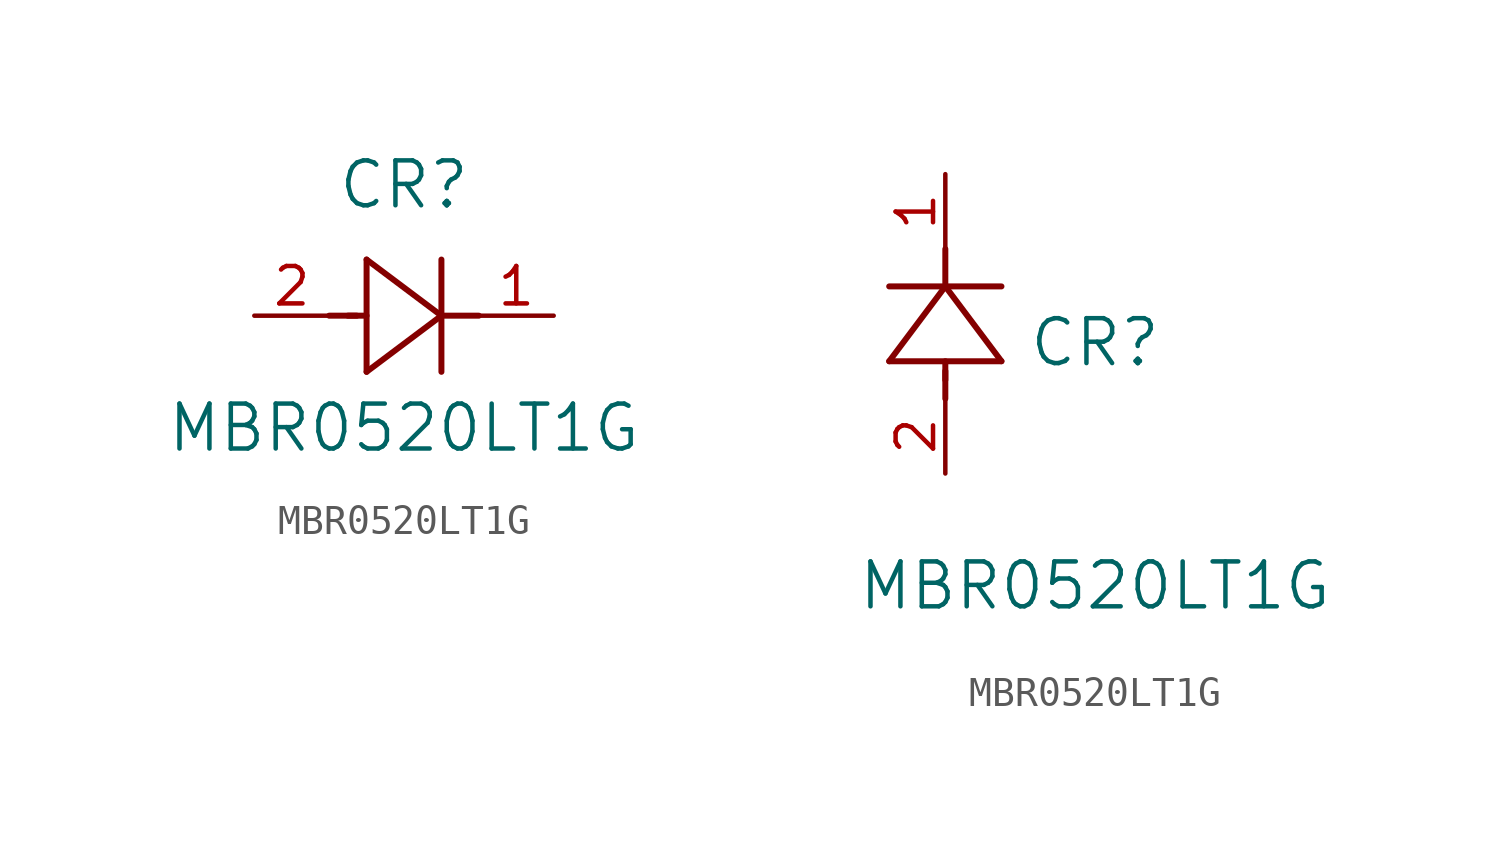
<source format=kicad_sym>
(kicad_symbol_lib
  (version 20211014)
  (generator kicad_symbol_editor)
  (symbol "MBR0520LT1G"
    (pin_names
      (offset 0.254))
    (property "Reference" "CR"
      (at 5.08 4.445 0)
      (effects (font (size 1.524 1.524))))
    (property "Value" "MBR0520LT1G"
      (at 5.08 -3.81 0)
      (effects (font (size 1.524 1.524))))
    (symbol "MBR0520LT1G_1_1"
      (polyline (pts (xy 2.54 0) (xy 3.48 0)) (stroke (width 0.203) (type default) (color 0 0 0 0)) (fill (type none)))
      (polyline (pts (xy 3.81 1.905) (xy 3.81 -1.905)) (stroke (width 0.203) (type default) (color 0 0 0 0)) (fill (type none)))
      (polyline (pts (xy 3.175 0) (xy 3.81 0)) (stroke (width 0.203) (type default) (color 0 0 0 0)) (fill (type none)))
      (polyline (pts (xy 6.35 -1.905) (xy 6.35 1.905)) (stroke (width 0.203) (type default) (color 0 0 0 0)) (fill (type none)))
      (polyline (pts (xy 6.35 0) (xy 7.62 0)) (stroke (width 0.203) (type default) (color 0 0 0 0)) (fill (type none)))
      (polyline (pts (xy 6.35 0) (xy 3.81 1.905)) (stroke (width 0.203) (type default) (color 0 0 0 0)) (fill (type none)))
      (polyline (pts (xy 3.81 -1.905) (xy 6.35 0)) (stroke (width 0.203) (type default) (color 0 0 0 0)) (fill (type none)))
      (pin unspecified line (at 0 0 0) (length 2.54) (name "" (effects (font (size 1.27 1.27)))) (number "2" (effects (font (size 1.27 1.27)))))
      (pin unspecified line (at 10.16 0 180) (length 2.54) (name "" (effects (font (size 1.27 1.27)))) (number "1" (effects (font (size 1.27 1.27))))))
    (symbol "MBR0520LT1G_1_2"
      (polyline (pts (xy 0 2.54) (xy 0 3.48)) (stroke (width 0.203) (type default) (color 0 0 0 0)) (fill (type none)))
      (polyline (pts (xy -1.905 3.81) (xy 1.905 3.81)) (stroke (width 0.203) (type default) (color 0 0 0 0)) (fill (type none)))
      (polyline (pts (xy 0 3.175) (xy 0 3.81)) (stroke (width 0.203) (type default) (color 0 0 0 0)) (fill (type none)))
      (polyline (pts (xy 1.905 6.35) (xy -1.905 6.35)) (stroke (width 0.203) (type default) (color 0 0 0 0)) (fill (type none)))
      (polyline (pts (xy 0 6.35) (xy 0 7.62)) (stroke (width 0.203) (type default) (color 0 0 0 0)) (fill (type none)))
      (polyline (pts (xy 0 6.35) (xy -1.905 3.81)) (stroke (width 0.203) (type default) (color 0 0 0 0)) (fill (type none)))
      (polyline (pts (xy 1.905 3.81) (xy 0 6.35)) (stroke (width 0.203) (type default) (color 0 0 0 0)) (fill (type none)))
      (pin unspecified line (at 0 0 90) (length 2.54) (name "" (effects (font (size 1.27 1.27)))) (number "2" (effects (font (size 1.27 1.27)))))
      (pin unspecified line (at 0 10.16 270) (length 2.54) (name "" (effects (font (size 1.27 1.27)))) (number "1" (effects (font (size 1.27 1.27))))))))
</source>
